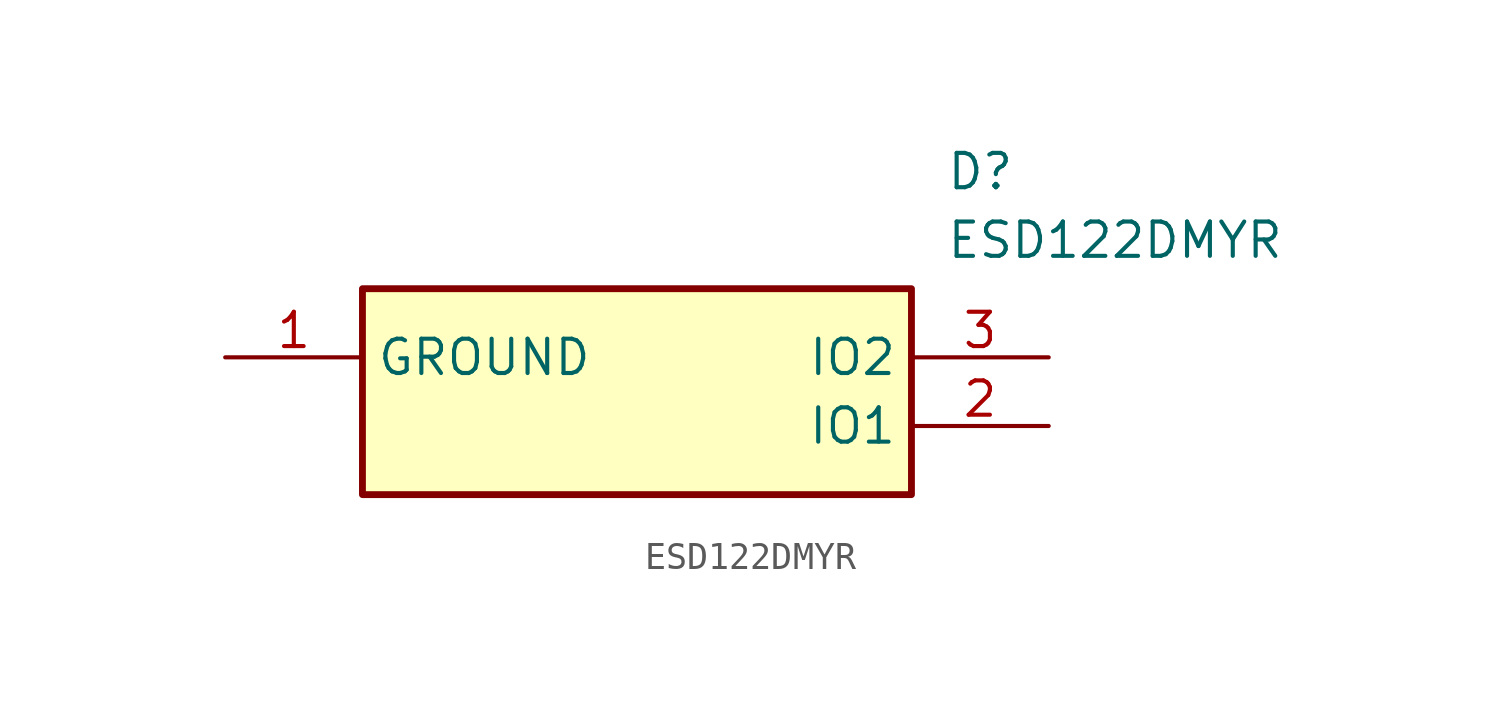
<source format=kicad_sym>
(kicad_symbol_lib
  (version 20211014)
  (generator SamacSys_ECAD_Model)
  (symbol "ESD122DMYR"
    (property "Reference" "D"
      (at 26.67 7.62 0)
      (effects (font (size 1.27 1.27)) (justify left top)))
    (property "Value" "ESD122DMYR"
      (at 26.67 5.08 0)
      (effects (font (size 1.27 1.27)) (justify left top)))
    (rectangle
      (start 5.08 2.54)
      (end 25.4 -5.08)
      (stroke (width 0.254) (type default))
      (fill (type background)))
    (pin power_in line
      (at 0 0 0)
      (length 5.08)
      (name "GROUND" (effects (font (size 1.27 1.27))))
      (number "1" (effects (font (size 1.27 1.27)))))
    (pin input line
      (at 30.48 -2.54 180)
      (length 5.08)
      (name "IO1" (effects (font (size 1.27 1.27))))
      (number "2" (effects (font (size 1.27 1.27)))))
    (pin input line
      (at 30.48 0 180)
      (length 5.08)
      (name "IO2" (effects (font (size 1.27 1.27))))
      (number "3" (effects (font (size 1.27 1.27)))))))
</source>
